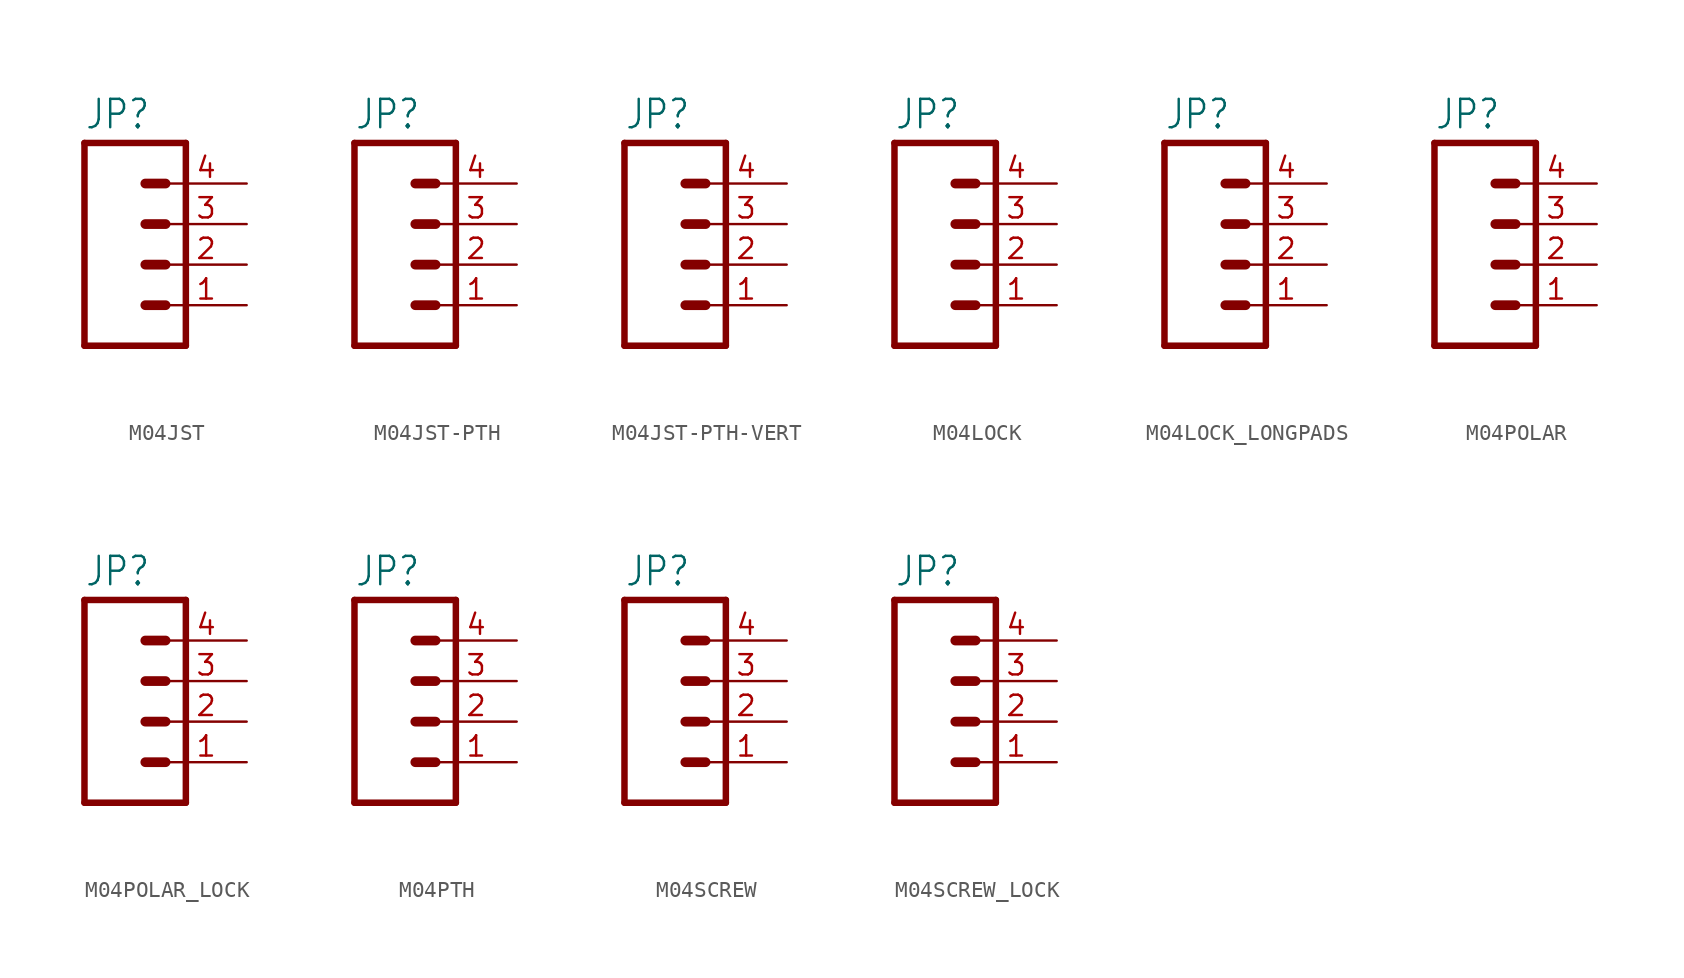
<source format=kicad_sym>
(kicad_symbol_lib
  (version 20220914)
  (generator kicad_symbol_editor)
  (symbol "M04JST"
    (property "Reference" "JP"
      (at -5.08 8.382 0)
      (effects (font (size 1.778 1.511)) (justify left bottom)))
    (property "Value" ""
      (at -5.08 -7.62 0)
      (effects (font (size 1.778 1.511)) (justify left bottom)))
    (property "ki_locked" ""
      (at 0 0 0)
      (effects (font (size 1.27 1.27))))
    (symbol "M04JST_1_0"
      (polyline (pts (xy -5.08 7.62) (xy -5.08 -5.08)) (stroke (width 0.406) (type solid)) (fill (type none)))
      (polyline (pts (xy -5.08 7.62) (xy 1.27 7.62)) (stroke (width 0.406) (type solid)) (fill (type none)))
      (polyline (pts (xy -1.27 -2.54) (xy 0 -2.54)) (stroke (width 0.61) (type solid)) (fill (type none)))
      (polyline (pts (xy -1.27 0) (xy 0 0)) (stroke (width 0.61) (type solid)) (fill (type none)))
      (polyline (pts (xy -1.27 2.54) (xy 0 2.54)) (stroke (width 0.61) (type solid)) (fill (type none)))
      (polyline (pts (xy -1.27 5.08) (xy 0 5.08)) (stroke (width 0.61) (type solid)) (fill (type none)))
      (polyline (pts (xy 1.27 -5.08) (xy -5.08 -5.08)) (stroke (width 0.406) (type solid)) (fill (type none)))
      (polyline (pts (xy 1.27 -5.08) (xy 1.27 7.62)) (stroke (width 0.406) (type solid)) (fill (type none)))
      (pin passive line (at 5.08 -2.54 180) (length 5.08) (name "1" (effects (font (size 0 0)))) (number "1" (effects (font (size 1.27 1.27)))))
      (pin passive line (at 5.08 0 180) (length 5.08) (name "2" (effects (font (size 0 0)))) (number "2" (effects (font (size 1.27 1.27)))))
      (pin passive line (at 5.08 2.54 180) (length 5.08) (name "3" (effects (font (size 0 0)))) (number "3" (effects (font (size 1.27 1.27)))))
      (pin passive line (at 5.08 5.08 180) (length 5.08) (name "4" (effects (font (size 0 0)))) (number "4" (effects (font (size 1.27 1.27)))))))
  (symbol "M04JST-PTH"
    (property "Reference" "JP"
      (at -5.08 8.382 0)
      (effects (font (size 1.778 1.511)) (justify left bottom)))
    (property "Value" ""
      (at -5.08 -7.62 0)
      (effects (font (size 1.778 1.511)) (justify left bottom)))
    (property "ki_locked" ""
      (at 0 0 0)
      (effects (font (size 1.27 1.27))))
    (symbol "M04JST-PTH_1_0"
      (polyline (pts (xy -5.08 7.62) (xy -5.08 -5.08)) (stroke (width 0.406) (type solid)) (fill (type none)))
      (polyline (pts (xy -5.08 7.62) (xy 1.27 7.62)) (stroke (width 0.406) (type solid)) (fill (type none)))
      (polyline (pts (xy -1.27 -2.54) (xy 0 -2.54)) (stroke (width 0.61) (type solid)) (fill (type none)))
      (polyline (pts (xy -1.27 0) (xy 0 0)) (stroke (width 0.61) (type solid)) (fill (type none)))
      (polyline (pts (xy -1.27 2.54) (xy 0 2.54)) (stroke (width 0.61) (type solid)) (fill (type none)))
      (polyline (pts (xy -1.27 5.08) (xy 0 5.08)) (stroke (width 0.61) (type solid)) (fill (type none)))
      (polyline (pts (xy 1.27 -5.08) (xy -5.08 -5.08)) (stroke (width 0.406) (type solid)) (fill (type none)))
      (polyline (pts (xy 1.27 -5.08) (xy 1.27 7.62)) (stroke (width 0.406) (type solid)) (fill (type none)))
      (pin passive line (at 5.08 -2.54 180) (length 5.08) (name "1" (effects (font (size 0 0)))) (number "1" (effects (font (size 1.27 1.27)))))
      (pin passive line (at 5.08 0 180) (length 5.08) (name "2" (effects (font (size 0 0)))) (number "2" (effects (font (size 1.27 1.27)))))
      (pin passive line (at 5.08 2.54 180) (length 5.08) (name "3" (effects (font (size 0 0)))) (number "3" (effects (font (size 1.27 1.27)))))
      (pin passive line (at 5.08 5.08 180) (length 5.08) (name "4" (effects (font (size 0 0)))) (number "4" (effects (font (size 1.27 1.27)))))))
  (symbol "M04JST-PTH-VERT"
    (property "Reference" "JP"
      (at -5.08 8.382 0)
      (effects (font (size 1.778 1.511)) (justify left bottom)))
    (property "Value" ""
      (at -5.08 -7.62 0)
      (effects (font (size 1.778 1.511)) (justify left bottom)))
    (property "ki_locked" ""
      (at 0 0 0)
      (effects (font (size 1.27 1.27))))
    (symbol "M04JST-PTH-VERT_1_0"
      (polyline (pts (xy -5.08 7.62) (xy -5.08 -5.08)) (stroke (width 0.406) (type solid)) (fill (type none)))
      (polyline (pts (xy -5.08 7.62) (xy 1.27 7.62)) (stroke (width 0.406) (type solid)) (fill (type none)))
      (polyline (pts (xy -1.27 -2.54) (xy 0 -2.54)) (stroke (width 0.61) (type solid)) (fill (type none)))
      (polyline (pts (xy -1.27 0) (xy 0 0)) (stroke (width 0.61) (type solid)) (fill (type none)))
      (polyline (pts (xy -1.27 2.54) (xy 0 2.54)) (stroke (width 0.61) (type solid)) (fill (type none)))
      (polyline (pts (xy -1.27 5.08) (xy 0 5.08)) (stroke (width 0.61) (type solid)) (fill (type none)))
      (polyline (pts (xy 1.27 -5.08) (xy -5.08 -5.08)) (stroke (width 0.406) (type solid)) (fill (type none)))
      (polyline (pts (xy 1.27 -5.08) (xy 1.27 7.62)) (stroke (width 0.406) (type solid)) (fill (type none)))
      (pin passive line (at 5.08 -2.54 180) (length 5.08) (name "1" (effects (font (size 0 0)))) (number "1" (effects (font (size 1.27 1.27)))))
      (pin passive line (at 5.08 0 180) (length 5.08) (name "2" (effects (font (size 0 0)))) (number "2" (effects (font (size 1.27 1.27)))))
      (pin passive line (at 5.08 2.54 180) (length 5.08) (name "3" (effects (font (size 0 0)))) (number "3" (effects (font (size 1.27 1.27)))))
      (pin passive line (at 5.08 5.08 180) (length 5.08) (name "4" (effects (font (size 0 0)))) (number "4" (effects (font (size 1.27 1.27)))))))
  (symbol "M04LOCK"
    (property "Reference" "JP"
      (at -5.08 8.382 0)
      (effects (font (size 1.778 1.511)) (justify left bottom)))
    (property "Value" ""
      (at -5.08 -7.62 0)
      (effects (font (size 1.778 1.511)) (justify left bottom)))
    (property "ki_locked" ""
      (at 0 0 0)
      (effects (font (size 1.27 1.27))))
    (symbol "M04LOCK_1_0"
      (polyline (pts (xy -5.08 7.62) (xy -5.08 -5.08)) (stroke (width 0.406) (type solid)) (fill (type none)))
      (polyline (pts (xy -5.08 7.62) (xy 1.27 7.62)) (stroke (width 0.406) (type solid)) (fill (type none)))
      (polyline (pts (xy -1.27 -2.54) (xy 0 -2.54)) (stroke (width 0.61) (type solid)) (fill (type none)))
      (polyline (pts (xy -1.27 0) (xy 0 0)) (stroke (width 0.61) (type solid)) (fill (type none)))
      (polyline (pts (xy -1.27 2.54) (xy 0 2.54)) (stroke (width 0.61) (type solid)) (fill (type none)))
      (polyline (pts (xy -1.27 5.08) (xy 0 5.08)) (stroke (width 0.61) (type solid)) (fill (type none)))
      (polyline (pts (xy 1.27 -5.08) (xy -5.08 -5.08)) (stroke (width 0.406) (type solid)) (fill (type none)))
      (polyline (pts (xy 1.27 -5.08) (xy 1.27 7.62)) (stroke (width 0.406) (type solid)) (fill (type none)))
      (pin passive line (at 5.08 -2.54 180) (length 5.08) (name "1" (effects (font (size 0 0)))) (number "1" (effects (font (size 1.27 1.27)))))
      (pin passive line (at 5.08 0 180) (length 5.08) (name "2" (effects (font (size 0 0)))) (number "2" (effects (font (size 1.27 1.27)))))
      (pin passive line (at 5.08 2.54 180) (length 5.08) (name "3" (effects (font (size 0 0)))) (number "3" (effects (font (size 1.27 1.27)))))
      (pin passive line (at 5.08 5.08 180) (length 5.08) (name "4" (effects (font (size 0 0)))) (number "4" (effects (font (size 1.27 1.27)))))))
  (symbol "M04LOCK_LONGPADS"
    (property "Reference" "JP"
      (at -5.08 8.382 0)
      (effects (font (size 1.778 1.511)) (justify left bottom)))
    (property "Value" ""
      (at -5.08 -7.62 0)
      (effects (font (size 1.778 1.511)) (justify left bottom)))
    (property "ki_locked" ""
      (at 0 0 0)
      (effects (font (size 1.27 1.27))))
    (symbol "M04LOCK_LONGPADS_1_0"
      (polyline (pts (xy -5.08 7.62) (xy -5.08 -5.08)) (stroke (width 0.406) (type solid)) (fill (type none)))
      (polyline (pts (xy -5.08 7.62) (xy 1.27 7.62)) (stroke (width 0.406) (type solid)) (fill (type none)))
      (polyline (pts (xy -1.27 -2.54) (xy 0 -2.54)) (stroke (width 0.61) (type solid)) (fill (type none)))
      (polyline (pts (xy -1.27 0) (xy 0 0)) (stroke (width 0.61) (type solid)) (fill (type none)))
      (polyline (pts (xy -1.27 2.54) (xy 0 2.54)) (stroke (width 0.61) (type solid)) (fill (type none)))
      (polyline (pts (xy -1.27 5.08) (xy 0 5.08)) (stroke (width 0.61) (type solid)) (fill (type none)))
      (polyline (pts (xy 1.27 -5.08) (xy -5.08 -5.08)) (stroke (width 0.406) (type solid)) (fill (type none)))
      (polyline (pts (xy 1.27 -5.08) (xy 1.27 7.62)) (stroke (width 0.406) (type solid)) (fill (type none)))
      (pin passive line (at 5.08 -2.54 180) (length 5.08) (name "1" (effects (font (size 0 0)))) (number "1" (effects (font (size 1.27 1.27)))))
      (pin passive line (at 5.08 0 180) (length 5.08) (name "2" (effects (font (size 0 0)))) (number "2" (effects (font (size 1.27 1.27)))))
      (pin passive line (at 5.08 2.54 180) (length 5.08) (name "3" (effects (font (size 0 0)))) (number "3" (effects (font (size 1.27 1.27)))))
      (pin passive line (at 5.08 5.08 180) (length 5.08) (name "4" (effects (font (size 0 0)))) (number "4" (effects (font (size 1.27 1.27)))))))
  (symbol "M04POLAR"
    (property "Reference" "JP"
      (at -5.08 8.382 0)
      (effects (font (size 1.778 1.511)) (justify left bottom)))
    (property "Value" ""
      (at -5.08 -7.62 0)
      (effects (font (size 1.778 1.511)) (justify left bottom)))
    (property "ki_locked" ""
      (at 0 0 0)
      (effects (font (size 1.27 1.27))))
    (symbol "M04POLAR_1_0"
      (polyline (pts (xy -5.08 7.62) (xy -5.08 -5.08)) (stroke (width 0.406) (type solid)) (fill (type none)))
      (polyline (pts (xy -5.08 7.62) (xy 1.27 7.62)) (stroke (width 0.406) (type solid)) (fill (type none)))
      (polyline (pts (xy -1.27 -2.54) (xy 0 -2.54)) (stroke (width 0.61) (type solid)) (fill (type none)))
      (polyline (pts (xy -1.27 0) (xy 0 0)) (stroke (width 0.61) (type solid)) (fill (type none)))
      (polyline (pts (xy -1.27 2.54) (xy 0 2.54)) (stroke (width 0.61) (type solid)) (fill (type none)))
      (polyline (pts (xy -1.27 5.08) (xy 0 5.08)) (stroke (width 0.61) (type solid)) (fill (type none)))
      (polyline (pts (xy 1.27 -5.08) (xy -5.08 -5.08)) (stroke (width 0.406) (type solid)) (fill (type none)))
      (polyline (pts (xy 1.27 -5.08) (xy 1.27 7.62)) (stroke (width 0.406) (type solid)) (fill (type none)))
      (pin passive line (at 5.08 -2.54 180) (length 5.08) (name "1" (effects (font (size 0 0)))) (number "1" (effects (font (size 1.27 1.27)))))
      (pin passive line (at 5.08 0 180) (length 5.08) (name "2" (effects (font (size 0 0)))) (number "2" (effects (font (size 1.27 1.27)))))
      (pin passive line (at 5.08 2.54 180) (length 5.08) (name "3" (effects (font (size 0 0)))) (number "3" (effects (font (size 1.27 1.27)))))
      (pin passive line (at 5.08 5.08 180) (length 5.08) (name "4" (effects (font (size 0 0)))) (number "4" (effects (font (size 1.27 1.27)))))))
  (symbol "M04POLAR_LOCK"
    (property "Reference" "JP"
      (at -5.08 8.382 0)
      (effects (font (size 1.778 1.511)) (justify left bottom)))
    (property "Value" ""
      (at -5.08 -7.62 0)
      (effects (font (size 1.778 1.511)) (justify left bottom)))
    (property "ki_locked" ""
      (at 0 0 0)
      (effects (font (size 1.27 1.27))))
    (symbol "M04POLAR_LOCK_1_0"
      (polyline (pts (xy -5.08 7.62) (xy -5.08 -5.08)) (stroke (width 0.406) (type solid)) (fill (type none)))
      (polyline (pts (xy -5.08 7.62) (xy 1.27 7.62)) (stroke (width 0.406) (type solid)) (fill (type none)))
      (polyline (pts (xy -1.27 -2.54) (xy 0 -2.54)) (stroke (width 0.61) (type solid)) (fill (type none)))
      (polyline (pts (xy -1.27 0) (xy 0 0)) (stroke (width 0.61) (type solid)) (fill (type none)))
      (polyline (pts (xy -1.27 2.54) (xy 0 2.54)) (stroke (width 0.61) (type solid)) (fill (type none)))
      (polyline (pts (xy -1.27 5.08) (xy 0 5.08)) (stroke (width 0.61) (type solid)) (fill (type none)))
      (polyline (pts (xy 1.27 -5.08) (xy -5.08 -5.08)) (stroke (width 0.406) (type solid)) (fill (type none)))
      (polyline (pts (xy 1.27 -5.08) (xy 1.27 7.62)) (stroke (width 0.406) (type solid)) (fill (type none)))
      (pin passive line (at 5.08 -2.54 180) (length 5.08) (name "1" (effects (font (size 0 0)))) (number "1" (effects (font (size 1.27 1.27)))))
      (pin passive line (at 5.08 0 180) (length 5.08) (name "2" (effects (font (size 0 0)))) (number "2" (effects (font (size 1.27 1.27)))))
      (pin passive line (at 5.08 2.54 180) (length 5.08) (name "3" (effects (font (size 0 0)))) (number "3" (effects (font (size 1.27 1.27)))))
      (pin passive line (at 5.08 5.08 180) (length 5.08) (name "4" (effects (font (size 0 0)))) (number "4" (effects (font (size 1.27 1.27)))))))
  (symbol "M04PTH"
    (property "Reference" "JP"
      (at -5.08 8.382 0)
      (effects (font (size 1.778 1.511)) (justify left bottom)))
    (property "Value" ""
      (at -5.08 -7.62 0)
      (effects (font (size 1.778 1.511)) (justify left bottom)))
    (property "ki_locked" ""
      (at 0 0 0)
      (effects (font (size 1.27 1.27))))
    (symbol "M04PTH_1_0"
      (polyline (pts (xy -5.08 7.62) (xy -5.08 -5.08)) (stroke (width 0.406) (type solid)) (fill (type none)))
      (polyline (pts (xy -5.08 7.62) (xy 1.27 7.62)) (stroke (width 0.406) (type solid)) (fill (type none)))
      (polyline (pts (xy -1.27 -2.54) (xy 0 -2.54)) (stroke (width 0.61) (type solid)) (fill (type none)))
      (polyline (pts (xy -1.27 0) (xy 0 0)) (stroke (width 0.61) (type solid)) (fill (type none)))
      (polyline (pts (xy -1.27 2.54) (xy 0 2.54)) (stroke (width 0.61) (type solid)) (fill (type none)))
      (polyline (pts (xy -1.27 5.08) (xy 0 5.08)) (stroke (width 0.61) (type solid)) (fill (type none)))
      (polyline (pts (xy 1.27 -5.08) (xy -5.08 -5.08)) (stroke (width 0.406) (type solid)) (fill (type none)))
      (polyline (pts (xy 1.27 -5.08) (xy 1.27 7.62)) (stroke (width 0.406) (type solid)) (fill (type none)))
      (pin passive line (at 5.08 -2.54 180) (length 5.08) (name "1" (effects (font (size 0 0)))) (number "1" (effects (font (size 1.27 1.27)))))
      (pin passive line (at 5.08 0 180) (length 5.08) (name "2" (effects (font (size 0 0)))) (number "2" (effects (font (size 1.27 1.27)))))
      (pin passive line (at 5.08 2.54 180) (length 5.08) (name "3" (effects (font (size 0 0)))) (number "3" (effects (font (size 1.27 1.27)))))
      (pin passive line (at 5.08 5.08 180) (length 5.08) (name "4" (effects (font (size 0 0)))) (number "4" (effects (font (size 1.27 1.27)))))))
  (symbol "M04SCREW"
    (property "Reference" "JP"
      (at -5.08 8.382 0)
      (effects (font (size 1.778 1.511)) (justify left bottom)))
    (property "Value" ""
      (at -5.08 -7.62 0)
      (effects (font (size 1.778 1.511)) (justify left bottom)))
    (property "ki_locked" ""
      (at 0 0 0)
      (effects (font (size 1.27 1.27))))
    (symbol "M04SCREW_1_0"
      (polyline (pts (xy -5.08 7.62) (xy -5.08 -5.08)) (stroke (width 0.406) (type solid)) (fill (type none)))
      (polyline (pts (xy -5.08 7.62) (xy 1.27 7.62)) (stroke (width 0.406) (type solid)) (fill (type none)))
      (polyline (pts (xy -1.27 -2.54) (xy 0 -2.54)) (stroke (width 0.61) (type solid)) (fill (type none)))
      (polyline (pts (xy -1.27 0) (xy 0 0)) (stroke (width 0.61) (type solid)) (fill (type none)))
      (polyline (pts (xy -1.27 2.54) (xy 0 2.54)) (stroke (width 0.61) (type solid)) (fill (type none)))
      (polyline (pts (xy -1.27 5.08) (xy 0 5.08)) (stroke (width 0.61) (type solid)) (fill (type none)))
      (polyline (pts (xy 1.27 -5.08) (xy -5.08 -5.08)) (stroke (width 0.406) (type solid)) (fill (type none)))
      (polyline (pts (xy 1.27 -5.08) (xy 1.27 7.62)) (stroke (width 0.406) (type solid)) (fill (type none)))
      (pin passive line (at 5.08 -2.54 180) (length 5.08) (name "1" (effects (font (size 0 0)))) (number "1" (effects (font (size 1.27 1.27)))))
      (pin passive line (at 5.08 0 180) (length 5.08) (name "2" (effects (font (size 0 0)))) (number "2" (effects (font (size 1.27 1.27)))))
      (pin passive line (at 5.08 2.54 180) (length 5.08) (name "3" (effects (font (size 0 0)))) (number "3" (effects (font (size 1.27 1.27)))))
      (pin passive line (at 5.08 5.08 180) (length 5.08) (name "4" (effects (font (size 0 0)))) (number "4" (effects (font (size 1.27 1.27)))))))
  (symbol "M04SCREW_LOCK"
    (property "Reference" "JP"
      (at -5.08 8.382 0)
      (effects (font (size 1.778 1.511)) (justify left bottom)))
    (property "Value" ""
      (at -5.08 -7.62 0)
      (effects (font (size 1.778 1.511)) (justify left bottom)))
    (property "ki_locked" ""
      (at 0 0 0)
      (effects (font (size 1.27 1.27))))
    (symbol "M04SCREW_LOCK_1_0"
      (polyline (pts (xy -5.08 7.62) (xy -5.08 -5.08)) (stroke (width 0.406) (type solid)) (fill (type none)))
      (polyline (pts (xy -5.08 7.62) (xy 1.27 7.62)) (stroke (width 0.406) (type solid)) (fill (type none)))
      (polyline (pts (xy -1.27 -2.54) (xy 0 -2.54)) (stroke (width 0.61) (type solid)) (fill (type none)))
      (polyline (pts (xy -1.27 0) (xy 0 0)) (stroke (width 0.61) (type solid)) (fill (type none)))
      (polyline (pts (xy -1.27 2.54) (xy 0 2.54)) (stroke (width 0.61) (type solid)) (fill (type none)))
      (polyline (pts (xy -1.27 5.08) (xy 0 5.08)) (stroke (width 0.61) (type solid)) (fill (type none)))
      (polyline (pts (xy 1.27 -5.08) (xy -5.08 -5.08)) (stroke (width 0.406) (type solid)) (fill (type none)))
      (polyline (pts (xy 1.27 -5.08) (xy 1.27 7.62)) (stroke (width 0.406) (type solid)) (fill (type none)))
      (pin passive line (at 5.08 -2.54 180) (length 5.08) (name "1" (effects (font (size 0 0)))) (number "1" (effects (font (size 1.27 1.27)))))
      (pin passive line (at 5.08 0 180) (length 5.08) (name "2" (effects (font (size 0 0)))) (number "2" (effects (font (size 1.27 1.27)))))
      (pin passive line (at 5.08 2.54 180) (length 5.08) (name "3" (effects (font (size 0 0)))) (number "3" (effects (font (size 1.27 1.27)))))
      (pin passive line (at 5.08 5.08 180) (length 5.08) (name "4" (effects (font (size 0 0)))) (number "4" (effects (font (size 1.27 1.27))))))))
</source>
